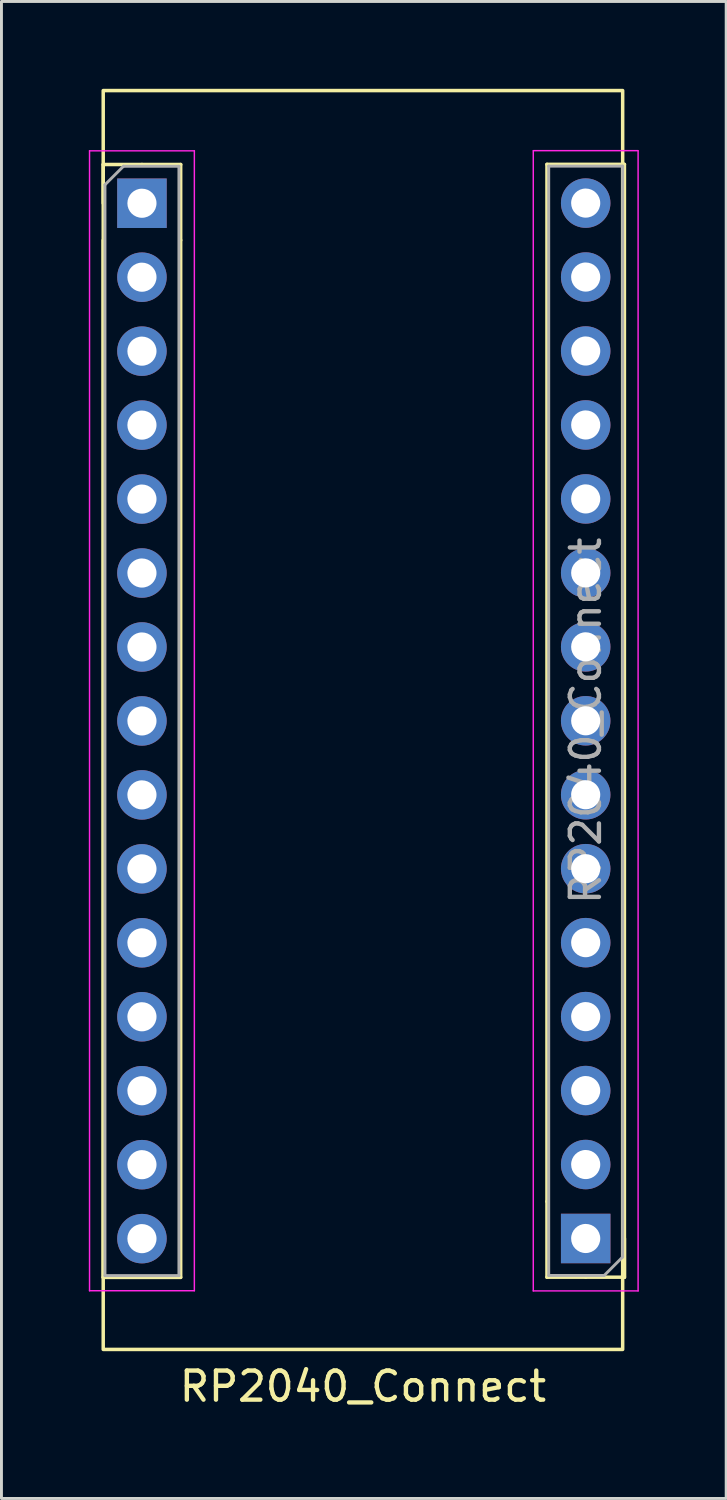
<source format=kicad_pcb>
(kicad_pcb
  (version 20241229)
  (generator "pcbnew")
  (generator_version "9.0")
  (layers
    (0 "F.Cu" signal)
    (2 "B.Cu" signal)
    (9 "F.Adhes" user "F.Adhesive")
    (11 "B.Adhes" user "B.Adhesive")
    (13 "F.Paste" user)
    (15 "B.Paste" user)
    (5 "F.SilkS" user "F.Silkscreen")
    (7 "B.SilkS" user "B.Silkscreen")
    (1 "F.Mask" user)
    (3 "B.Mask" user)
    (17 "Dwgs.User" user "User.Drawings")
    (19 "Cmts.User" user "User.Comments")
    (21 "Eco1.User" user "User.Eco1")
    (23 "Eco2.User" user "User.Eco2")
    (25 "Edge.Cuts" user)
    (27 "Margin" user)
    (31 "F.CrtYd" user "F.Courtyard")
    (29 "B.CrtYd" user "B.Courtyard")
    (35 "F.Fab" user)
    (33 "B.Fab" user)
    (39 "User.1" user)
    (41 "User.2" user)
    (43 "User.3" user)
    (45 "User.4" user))
  (footprint "RP2040_Connect"
    (layer "F.Cu")
    (at 9.445 3.925)
    (property "Reference" "RP2040_Connect" (at -0.03 40.64 180) (layer "F.SilkS") (effects (font (size 1 1) (thickness 0.15))))
    (attr through_hole)
    (fp_line (start -8.95 0.005) (end -8.95 -1.325) (stroke (width 0.12) (type solid)) (layer "F.SilkS"))
    (fp_line (start -8.95 1.275) (end -8.95 36.895) (stroke (width 0.12) (type solid)) (layer "F.SilkS"))
    (fp_line (start -7.62 -1.325) (end -8.95 -1.325) (stroke (width 0.12) (type solid)) (layer "F.SilkS"))
    (fp_line (start -7.62 -1.325) (end -6.29 -1.325) (stroke (width 0.12) (type solid)) (layer "F.SilkS"))
    (fp_line (start -6.29 -1.325) (end -6.29 1.275) (stroke (width 0.12) (type solid)) (layer "F.SilkS"))
    (fp_line (start -6.29 1.275) (end -6.29 36.895) (stroke (width 0.12) (type solid)) (layer "F.SilkS"))
    (fp_line (start -6.29 36.895) (end -8.95 36.895) (stroke (width 0.12) (type solid)) (layer "F.SilkS"))
    (fp_line (start 6.29 34.29) (end 6.29 -1.33) (stroke (width 0.12) (type solid)) (layer "F.SilkS"))
    (fp_line (start 6.29 34.29) (end 6.29 36.89) (stroke (width 0.12) (type solid)) (layer "F.SilkS"))
    (fp_line (start 6.29 36.89) (end 7.62 36.89) (stroke (width 0.12) (type solid)) (layer "F.SilkS"))
    (fp_line (start 8.95 -1.33) (end 6.29 -1.33) (stroke (width 0.12) (type solid)) (layer "F.SilkS"))
    (fp_line (start 8.95 35.56) (end 8.95 36.89) (stroke (width 0.12) (type solid)) (layer "F.SilkS"))
    (fp_line (start 8.95 36.89) (end 7.62 36.89) (stroke (width 0.12) (type solid)) (layer "F.SilkS"))
    (fp_line (start 8.95 36.89) (end 8.95 -1.33) (stroke (width 0.12) (type solid)) (layer "F.SilkS"))
    (fp_rect (start -8.95 -3.865) (end 8.89 39.37) (stroke (width 0.12) (type solid)) (fill no) (layer "F.SilkS"))
    (fp_line (start -9.42 -1.795) (end -9.42 37.355) (stroke (width 0.05) (type solid)) (layer "F.CrtYd"))
    (fp_line (start -5.82 -1.795) (end -9.42 -1.795) (stroke (width 0.05) (type solid)) (layer "F.CrtYd"))
    (fp_line (start -5.82 37.355) (end -9.42 37.355) (stroke (width 0.05) (type solid)) (layer "F.CrtYd"))
    (fp_line (start -5.82 37.355) (end -5.82 -1.795) (stroke (width 0.05) (type solid)) (layer "F.CrtYd"))
    (fp_line (start 5.82 -1.79) (end 5.82 37.36) (stroke (width 0.05) (type solid)) (layer "F.CrtYd"))
    (fp_line (start 5.82 37.36) (end 9.42 37.36) (stroke (width 0.05) (type solid)) (layer "F.CrtYd"))
    (fp_line (start 9.42 -1.8) (end 5.82 -1.8) (stroke (width 0.05) (type solid)) (layer "F.CrtYd"))
    (fp_line (start 9.42 37.36) (end 9.42 -1.79) (stroke (width 0.05) (type solid)) (layer "F.CrtYd"))
    (fp_line (start -8.89 -0.63) (end -8.255 -1.265) (stroke (width 0.1) (type solid)) (layer "F.Fab"))
    (fp_line (start -8.89 36.835) (end -8.89 -0.63) (stroke (width 0.1) (type solid)) (layer "F.Fab"))
    (fp_line (start -8.89 36.835) (end -6.35 36.835) (stroke (width 0.1) (type solid)) (layer "F.Fab"))
    (fp_line (start -6.35 -1.265) (end -8.255 -1.265) (stroke (width 0.1) (type solid)) (layer "F.Fab"))
    (fp_line (start -6.35 -1.265) (end -6.35 36.835) (stroke (width 0.1) (type solid)) (layer "F.Fab"))
    (fp_line (start 6.35 -1.27) (end 8.89 -1.27) (stroke (width 0.1) (type solid)) (layer "F.Fab"))
    (fp_line (start 6.35 36.83) (end 6.35 -1.27) (stroke (width 0.1) (type solid)) (layer "F.Fab"))
    (fp_line (start 8.255 36.83) (end 6.35 36.83) (stroke (width 0.1) (type solid)) (layer "F.Fab"))
    (fp_line (start 8.89 -1.27) (end 8.89 36.195) (stroke (width 0.1) (type solid)) (layer "F.Fab"))
    (fp_line (start 8.89 36.195) (end 8.255 36.83) (stroke (width 0.1) (type solid)) (layer "F.Fab"))
    (fp_text user "${REFERENCE}" (at 7.62 17.78 270) (layer "F.Fab") (effects (font (size 1 1) (thickness 0.15))))
    (pad "1" thru_hole rect (at 7.62 35.56 180) (size 1.7 1.7) (drill 1) (layers "*.Cu" "*.Mask"))
    (pad "2" thru_hole oval (at 7.62 33.02 180) (size 1.7 1.7) (drill 1) (layers "*.Cu" "*.Mask"))
    (pad "3" thru_hole oval (at 7.62 30.48 180) (size 1.7 1.7) (drill 1) (layers "*.Cu" "*.Mask"))
    (pad "4" thru_hole oval (at 7.62 27.94 180) (size 1.7 1.7) (drill 1) (layers "*.Cu" "*.Mask"))
    (pad "5" thru_hole oval (at 7.62 25.4 180) (size 1.7 1.7) (drill 1) (layers "*.Cu" "*.Mask"))
    (pad "6" thru_hole oval (at 7.62 22.86 180) (size 1.7 1.7) (drill 1) (layers "*.Cu" "*.Mask"))
    (pad "7" thru_hole oval (at 7.62 20.32 180) (size 1.7 1.7) (drill 1) (layers "*.Cu" "*.Mask"))
    (pad "8" thru_hole oval (at 7.62 17.78 180) (size 1.7 1.7) (drill 1) (layers "*.Cu" "*.Mask"))
    (pad "9" thru_hole oval (at 7.62 15.24 180) (size 1.7 1.7) (drill 1) (layers "*.Cu" "*.Mask"))
    (pad "10" thru_hole oval (at 7.62 12.7 180) (size 1.7 1.7) (drill 1) (layers "*.Cu" "*.Mask"))
    (pad "11" thru_hole oval (at 7.62 10.16 180) (size 1.7 1.7) (drill 1) (layers "*.Cu" "*.Mask"))
    (pad "12" thru_hole oval (at 7.62 7.62 180) (size 1.7 1.7) (drill 1) (layers "*.Cu" "*.Mask"))
    (pad "13" thru_hole oval (at 7.62 5.08 180) (size 1.7 1.7) (drill 1) (layers "*.Cu" "*.Mask"))
    (pad "14" thru_hole oval (at 7.62 2.54 180) (size 1.7 1.7) (drill 1) (layers "*.Cu" "*.Mask"))
    (pad "15" thru_hole oval (at 7.62 0 180) (size 1.7 1.7) (drill 1) (layers "*.Cu" "*.Mask"))
    (pad "16" thru_hole rect (at -7.62 0.005) (size 1.7 1.7) (drill 1) (layers "*.Cu" "*.Mask"))
    (pad "17" thru_hole oval (at -7.62 2.545) (size 1.7 1.7) (drill 1) (layers "*.Cu" "*.Mask"))
    (pad "18" thru_hole oval (at -7.62 5.085) (size 1.7 1.7) (drill 1) (layers "*.Cu" "*.Mask"))
    (pad "19" thru_hole oval (at -7.62 7.625) (size 1.7 1.7) (drill 1) (layers "*.Cu" "*.Mask"))
    (pad "20" thru_hole oval (at -7.62 10.165) (size 1.7 1.7) (drill 1) (layers "*.Cu" "*.Mask"))
    (pad "21" thru_hole oval (at -7.62 12.705) (size 1.7 1.7) (drill 1) (layers "*.Cu" "*.Mask"))
    (pad "22" thru_hole oval (at -7.62 15.245) (size 1.7 1.7) (drill 1) (layers "*.Cu" "*.Mask"))
    (pad "23" thru_hole oval (at -7.62 17.785) (size 1.7 1.7) (drill 1) (layers "*.Cu" "*.Mask"))
    (pad "24" thru_hole oval (at -7.62 20.325) (size 1.7 1.7) (drill 1) (layers "*.Cu" "*.Mask"))
    (pad "25" thru_hole oval (at -7.62 22.865) (size 1.7 1.7) (drill 1) (layers "*.Cu" "*.Mask"))
    (pad "26" thru_hole oval (at -7.62 25.405) (size 1.7 1.7) (drill 1) (layers "*.Cu" "*.Mask"))
    (pad "27" thru_hole oval (at -7.62 27.945) (size 1.7 1.7) (drill 1) (layers "*.Cu" "*.Mask"))
    (pad "28" thru_hole oval (at -7.62 30.485) (size 1.7 1.7) (drill 1) (layers "*.Cu" "*.Mask"))
    (pad "29" thru_hole oval (at -7.62 33.025) (size 1.7 1.7) (drill 1) (layers "*.Cu" "*.Mask"))
    (pad "30" thru_hole oval (at -7.62 35.565) (size 1.7 1.7) (drill 1) (layers "*.Cu" "*.Mask")))
  (gr_rect
    (start -3 -3)
    (end 21.89 48.413)
    (stroke (width 0.1) (type default))
    (fill no)
    (layer "Edge.Cuts")))
</source>
